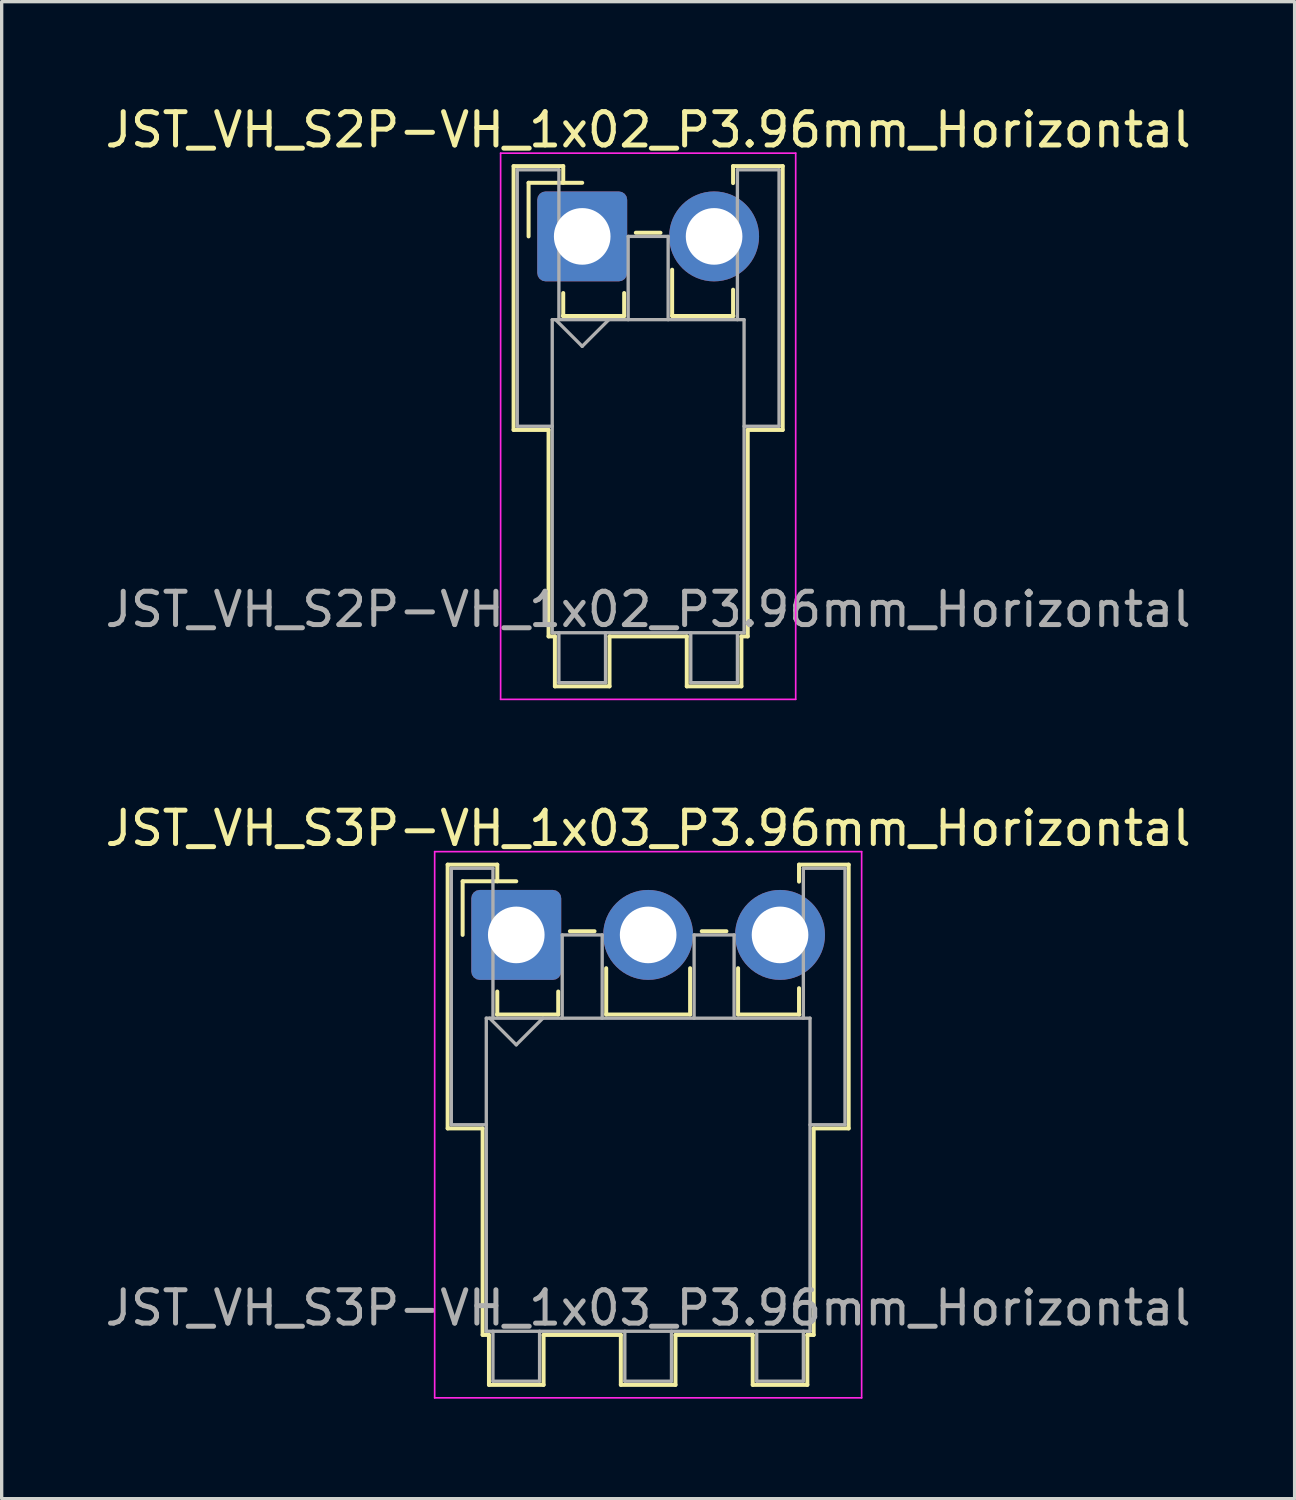
<source format=kicad_pcb>
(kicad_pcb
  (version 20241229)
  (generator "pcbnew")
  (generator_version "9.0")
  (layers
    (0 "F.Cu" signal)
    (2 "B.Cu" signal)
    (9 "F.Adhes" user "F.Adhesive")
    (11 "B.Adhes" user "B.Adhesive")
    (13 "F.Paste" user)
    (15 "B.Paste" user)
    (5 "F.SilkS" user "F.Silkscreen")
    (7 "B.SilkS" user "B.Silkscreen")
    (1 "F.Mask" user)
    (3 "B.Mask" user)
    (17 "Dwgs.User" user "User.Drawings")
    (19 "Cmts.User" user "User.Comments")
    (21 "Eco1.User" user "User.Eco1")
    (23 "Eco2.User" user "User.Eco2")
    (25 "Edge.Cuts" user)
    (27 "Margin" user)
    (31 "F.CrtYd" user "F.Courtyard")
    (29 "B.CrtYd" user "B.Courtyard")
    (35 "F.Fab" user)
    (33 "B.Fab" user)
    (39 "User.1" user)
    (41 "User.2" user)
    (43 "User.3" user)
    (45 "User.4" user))
  (footprint "JST_VH_S2P-VH_1x02_P3.96mm_Horizontal"
    (layer "F.Cu")
    (at 14.431 4.048)
    (property "Reference" "JST_VH_S2P-VH_1x02_P3.96mm_Horizontal" (at 1.98 -3.2 0) (layer "F.SilkS") (effects (font (size 1 1) (thickness 0.15))))
    (attr through_hole)
    (fp_line (start -2.06 -2.11) (end -0.57 -2.11) (stroke (width 0.12) (type solid)) (layer "F.SilkS"))
    (fp_line (start -2.06 5.81) (end -2.06 -2.11) (stroke (width 0.12) (type solid)) (layer "F.SilkS"))
    (fp_line (start -1.61 -1.61) (end -1.61 0) (stroke (width 0.12) (type solid)) (layer "F.SilkS"))
    (fp_line (start -1.01 5.81) (end -2.06 5.81) (stroke (width 0.12) (type solid)) (layer "F.SilkS"))
    (fp_line (start -1.01 5.81) (end -1.01 12.01) (stroke (width 0.12) (type solid)) (layer "F.SilkS"))
    (fp_line (start -1.01 12.01) (end -0.82 12.01) (stroke (width 0.12) (type solid)) (layer "F.SilkS"))
    (fp_line (start -0.82 12.01) (end -0.82 13.51) (stroke (width 0.12) (type solid)) (layer "F.SilkS"))
    (fp_line (start -0.82 13.51) (end 0.82 13.51) (stroke (width 0.12) (type solid)) (layer "F.SilkS"))
    (fp_line (start -0.58 2.39) (end 1.26 2.39) (stroke (width 0.12) (type solid)) (layer "F.SilkS"))
    (fp_line (start -0.57 -2.11) (end -0.57 -1.61) (stroke (width 0.12) (type solid)) (layer "F.SilkS"))
    (fp_line (start -0.57 1.7) (end -0.57 2.39) (stroke (width 0.12) (type solid)) (layer "F.SilkS"))
    (fp_line (start 0 -1.61) (end -1.61 -1.61) (stroke (width 0.12) (type solid)) (layer "F.SilkS"))
    (fp_line (start 0.82 12.01) (end 3.14 12.01) (stroke (width 0.12) (type solid)) (layer "F.SilkS"))
    (fp_line (start 0.82 13.51) (end 0.82 12.01) (stroke (width 0.12) (type solid)) (layer "F.SilkS"))
    (fp_line (start 1.26 2.39) (end 1.26 1.7) (stroke (width 0.12) (type solid)) (layer "F.SilkS"))
    (fp_line (start 1.61 -0.11) (end 2.35 -0.11) (stroke (width 0.12) (type solid)) (layer "F.SilkS"))
    (fp_line (start 2.7 1) (end 2.7 2.39) (stroke (width 0.12) (type solid)) (layer "F.SilkS"))
    (fp_line (start 2.7 2.39) (end 4.54 2.39) (stroke (width 0.12) (type solid)) (layer "F.SilkS"))
    (fp_line (start 3.14 12.01) (end 3.14 13.51) (stroke (width 0.12) (type solid)) (layer "F.SilkS"))
    (fp_line (start 3.14 13.51) (end 4.78 13.51) (stroke (width 0.12) (type solid)) (layer "F.SilkS"))
    (fp_line (start 4.53 -2.11) (end 6.02 -2.11) (stroke (width 0.12) (type solid)) (layer "F.SilkS"))
    (fp_line (start 4.53 -1.6) (end 4.53 -2.11) (stroke (width 0.12) (type solid)) (layer "F.SilkS"))
    (fp_line (start 4.53 2.39) (end 4.53 1.6) (stroke (width 0.12) (type solid)) (layer "F.SilkS"))
    (fp_line (start 4.78 12.01) (end 4.97 12.01) (stroke (width 0.12) (type solid)) (layer "F.SilkS"))
    (fp_line (start 4.78 13.51) (end 4.78 12.01) (stroke (width 0.12) (type solid)) (layer "F.SilkS"))
    (fp_line (start 4.97 12.01) (end 4.97 5.81) (stroke (width 0.12) (type solid)) (layer "F.SilkS"))
    (fp_line (start 6.02 -2.11) (end 6.02 5.81) (stroke (width 0.12) (type solid)) (layer "F.SilkS"))
    (fp_line (start 6.02 5.81) (end 4.97 5.81) (stroke (width 0.12) (type solid)) (layer "F.SilkS"))
    (fp_line (start -2.45 -2.5) (end -2.45 13.9) (stroke (width 0.05) (type solid)) (layer "F.CrtYd"))
    (fp_line (start -2.45 13.9) (end 6.41 13.9) (stroke (width 0.05) (type solid)) (layer "F.CrtYd"))
    (fp_line (start 6.41 -2.5) (end -2.45 -2.5) (stroke (width 0.05) (type solid)) (layer "F.CrtYd"))
    (fp_line (start 6.41 13.9) (end 6.41 -2.5) (stroke (width 0.05) (type solid)) (layer "F.CrtYd"))
    (fp_line (start -1.95 -2) (end -0.7 -2) (stroke (width 0.1) (type solid)) (layer "F.Fab"))
    (fp_line (start -1.95 5.7) (end -1.95 -2) (stroke (width 0.1) (type solid)) (layer "F.Fab"))
    (fp_line (start -0.9 2.5) (end -0.9 11.9) (stroke (width 0.1) (type solid)) (layer "F.Fab"))
    (fp_line (start -0.9 5.7) (end -1.95 5.7) (stroke (width 0.1) (type solid)) (layer "F.Fab"))
    (fp_line (start -0.9 11.9) (end 4.86 11.9) (stroke (width 0.1) (type solid)) (layer "F.Fab"))
    (fp_line (start -0.8 2.5) (end 0 3.3) (stroke (width 0.1) (type solid)) (layer "F.Fab"))
    (fp_line (start -0.7 -2) (end -0.7 2.5) (stroke (width 0.1) (type solid)) (layer "F.Fab"))
    (fp_line (start -0.7 11.9) (end -0.7 13.4) (stroke (width 0.1) (type solid)) (layer "F.Fab"))
    (fp_line (start -0.7 13.4) (end 0.7 13.4) (stroke (width 0.1) (type solid)) (layer "F.Fab"))
    (fp_line (start 0 3.3) (end 0.8 2.5) (stroke (width 0.1) (type solid)) (layer "F.Fab"))
    (fp_line (start 0.7 13.4) (end 0.7 11.9) (stroke (width 0.1) (type solid)) (layer "F.Fab"))
    (fp_line (start 1.38 0) (end 2.58 0) (stroke (width 0.1) (type solid)) (layer "F.Fab"))
    (fp_line (start 1.38 2.5) (end 1.38 0) (stroke (width 0.1) (type solid)) (layer "F.Fab"))
    (fp_line (start 2.58 0) (end 2.58 2.5) (stroke (width 0.1) (type solid)) (layer "F.Fab"))
    (fp_line (start 3.26 11.9) (end 3.26 13.4) (stroke (width 0.1) (type solid)) (layer "F.Fab"))
    (fp_line (start 3.26 13.4) (end 4.66 13.4) (stroke (width 0.1) (type solid)) (layer "F.Fab"))
    (fp_line (start 4.66 -2) (end 5.91 -2) (stroke (width 0.1) (type solid)) (layer "F.Fab"))
    (fp_line (start 4.66 2.5) (end 4.66 -2) (stroke (width 0.1) (type solid)) (layer "F.Fab"))
    (fp_line (start 4.66 13.4) (end 4.66 11.9) (stroke (width 0.1) (type solid)) (layer "F.Fab"))
    (fp_line (start 4.86 2.5) (end -0.9 2.5) (stroke (width 0.1) (type solid)) (layer "F.Fab"))
    (fp_line (start 4.86 11.9) (end 4.86 2.5) (stroke (width 0.1) (type solid)) (layer "F.Fab"))
    (fp_line (start 5.91 -2) (end 5.91 5.7) (stroke (width 0.1) (type solid)) (layer "F.Fab"))
    (fp_line (start 5.91 5.7) (end 4.86 5.7) (stroke (width 0.1) (type solid)) (layer "F.Fab"))
    (fp_text user "${REFERENCE}" (at 1.98 11.2 0) (layer "F.Fab") (effects (font (size 1 1) (thickness 0.15))))
    (pad "1" thru_hole roundrect (at 0 0) (size 2.7 2.7) (drill 1.7) (layers "*.Cu" "*.Mask") (roundrect_rratio 0.093))
    (pad "2" thru_hole circle (at 3.96 0) (size 2.7 2.7) (drill 1.7) (layers "*.Cu" "*.Mask")))
  (footprint "JST_VH_S3P-VH_1x03_P3.96mm_Horizontal"
    (layer "F.Cu")
    (at 12.451 25.021)
    (property "Reference" "JST_VH_S3P-VH_1x03_P3.96mm_Horizontal" (at 3.96 -3.2 0) (layer "F.SilkS") (effects (font (size 1 1) (thickness 0.15))))
    (attr through_hole)
    (fp_line (start -2.06 -2.11) (end -0.57 -2.11) (stroke (width 0.12) (type solid)) (layer "F.SilkS"))
    (fp_line (start -2.06 5.81) (end -2.06 -2.11) (stroke (width 0.12) (type solid)) (layer "F.SilkS"))
    (fp_line (start -1.61 -1.61) (end -1.61 0) (stroke (width 0.12) (type solid)) (layer "F.SilkS"))
    (fp_line (start -1.01 5.81) (end -2.06 5.81) (stroke (width 0.12) (type solid)) (layer "F.SilkS"))
    (fp_line (start -1.01 5.81) (end -1.01 12.01) (stroke (width 0.12) (type solid)) (layer "F.SilkS"))
    (fp_line (start -1.01 12.01) (end -0.82 12.01) (stroke (width 0.12) (type solid)) (layer "F.SilkS"))
    (fp_line (start -0.82 12.01) (end -0.82 13.51) (stroke (width 0.12) (type solid)) (layer "F.SilkS"))
    (fp_line (start -0.82 13.51) (end 0.82 13.51) (stroke (width 0.12) (type solid)) (layer "F.SilkS"))
    (fp_line (start -0.58 2.39) (end 1.26 2.39) (stroke (width 0.12) (type solid)) (layer "F.SilkS"))
    (fp_line (start -0.57 -2.11) (end -0.57 -1.61) (stroke (width 0.12) (type solid)) (layer "F.SilkS"))
    (fp_line (start -0.57 1.7) (end -0.57 2.39) (stroke (width 0.12) (type solid)) (layer "F.SilkS"))
    (fp_line (start 0 -1.61) (end -1.61 -1.61) (stroke (width 0.12) (type solid)) (layer "F.SilkS"))
    (fp_line (start 0.82 12.01) (end 3.14 12.01) (stroke (width 0.12) (type solid)) (layer "F.SilkS"))
    (fp_line (start 0.82 13.51) (end 0.82 12.01) (stroke (width 0.12) (type solid)) (layer "F.SilkS"))
    (fp_line (start 1.26 2.39) (end 1.26 1.7) (stroke (width 0.12) (type solid)) (layer "F.SilkS"))
    (fp_line (start 1.61 -0.11) (end 2.35 -0.11) (stroke (width 0.12) (type solid)) (layer "F.SilkS"))
    (fp_line (start 2.7 1) (end 2.7 2.39) (stroke (width 0.12) (type solid)) (layer "F.SilkS"))
    (fp_line (start 2.7 2.39) (end 5.22 2.39) (stroke (width 0.12) (type solid)) (layer "F.SilkS"))
    (fp_line (start 3.14 12.01) (end 3.14 13.51) (stroke (width 0.12) (type solid)) (layer "F.SilkS"))
    (fp_line (start 3.14 13.51) (end 4.78 13.51) (stroke (width 0.12) (type solid)) (layer "F.SilkS"))
    (fp_line (start 4.78 12.01) (end 7.1 12.01) (stroke (width 0.12) (type solid)) (layer "F.SilkS"))
    (fp_line (start 4.78 13.51) (end 4.78 12.01) (stroke (width 0.12) (type solid)) (layer "F.SilkS"))
    (fp_line (start 5.22 2.39) (end 5.22 1) (stroke (width 0.12) (type solid)) (layer "F.SilkS"))
    (fp_line (start 5.57 -0.11) (end 6.31 -0.11) (stroke (width 0.12) (type solid)) (layer "F.SilkS"))
    (fp_line (start 6.66 1) (end 6.66 2.39) (stroke (width 0.12) (type solid)) (layer "F.SilkS"))
    (fp_line (start 6.66 2.39) (end 8.5 2.39) (stroke (width 0.12) (type solid)) (layer "F.SilkS"))
    (fp_line (start 7.1 12.01) (end 7.1 13.51) (stroke (width 0.12) (type solid)) (layer "F.SilkS"))
    (fp_line (start 7.1 13.51) (end 8.74 13.51) (stroke (width 0.12) (type solid)) (layer "F.SilkS"))
    (fp_line (start 8.49 -2.11) (end 9.98 -2.11) (stroke (width 0.12) (type solid)) (layer "F.SilkS"))
    (fp_line (start 8.49 -1.6) (end 8.49 -2.11) (stroke (width 0.12) (type solid)) (layer "F.SilkS"))
    (fp_line (start 8.49 2.39) (end 8.49 1.6) (stroke (width 0.12) (type solid)) (layer "F.SilkS"))
    (fp_line (start 8.74 12.01) (end 8.93 12.01) (stroke (width 0.12) (type solid)) (layer "F.SilkS"))
    (fp_line (start 8.74 13.51) (end 8.74 12.01) (stroke (width 0.12) (type solid)) (layer "F.SilkS"))
    (fp_line (start 8.93 12.01) (end 8.93 5.81) (stroke (width 0.12) (type solid)) (layer "F.SilkS"))
    (fp_line (start 9.98 -2.11) (end 9.98 5.81) (stroke (width 0.12) (type solid)) (layer "F.SilkS"))
    (fp_line (start 9.98 5.81) (end 8.93 5.81) (stroke (width 0.12) (type solid)) (layer "F.SilkS"))
    (fp_line (start -2.45 -2.5) (end -2.45 13.9) (stroke (width 0.05) (type solid)) (layer "F.CrtYd"))
    (fp_line (start -2.45 13.9) (end 10.37 13.9) (stroke (width 0.05) (type solid)) (layer "F.CrtYd"))
    (fp_line (start 10.37 -2.5) (end -2.45 -2.5) (stroke (width 0.05) (type solid)) (layer "F.CrtYd"))
    (fp_line (start 10.37 13.9) (end 10.37 -2.5) (stroke (width 0.05) (type solid)) (layer "F.CrtYd"))
    (fp_line (start -1.95 -2) (end -0.7 -2) (stroke (width 0.1) (type solid)) (layer "F.Fab"))
    (fp_line (start -1.95 5.7) (end -1.95 -2) (stroke (width 0.1) (type solid)) (layer "F.Fab"))
    (fp_line (start -0.9 2.5) (end -0.9 11.9) (stroke (width 0.1) (type solid)) (layer "F.Fab"))
    (fp_line (start -0.9 5.7) (end -1.95 5.7) (stroke (width 0.1) (type solid)) (layer "F.Fab"))
    (fp_line (start -0.9 11.9) (end 8.82 11.9) (stroke (width 0.1) (type solid)) (layer "F.Fab"))
    (fp_line (start -0.8 2.5) (end 0 3.3) (stroke (width 0.1) (type solid)) (layer "F.Fab"))
    (fp_line (start -0.7 -2) (end -0.7 2.5) (stroke (width 0.1) (type solid)) (layer "F.Fab"))
    (fp_line (start -0.7 11.9) (end -0.7 13.4) (stroke (width 0.1) (type solid)) (layer "F.Fab"))
    (fp_line (start -0.7 13.4) (end 0.7 13.4) (stroke (width 0.1) (type solid)) (layer "F.Fab"))
    (fp_line (start 0 3.3) (end 0.8 2.5) (stroke (width 0.1) (type solid)) (layer "F.Fab"))
    (fp_line (start 0.7 13.4) (end 0.7 11.9) (stroke (width 0.1) (type solid)) (layer "F.Fab"))
    (fp_line (start 1.38 0) (end 2.58 0) (stroke (width 0.1) (type solid)) (layer "F.Fab"))
    (fp_line (start 1.38 2.5) (end 1.38 0) (stroke (width 0.1) (type solid)) (layer "F.Fab"))
    (fp_line (start 2.58 0) (end 2.58 2.5) (stroke (width 0.1) (type solid)) (layer "F.Fab"))
    (fp_line (start 3.26 11.9) (end 3.26 13.4) (stroke (width 0.1) (type solid)) (layer "F.Fab"))
    (fp_line (start 3.26 13.4) (end 4.66 13.4) (stroke (width 0.1) (type solid)) (layer "F.Fab"))
    (fp_line (start 4.66 13.4) (end 4.66 11.9) (stroke (width 0.1) (type solid)) (layer "F.Fab"))
    (fp_line (start 5.34 0) (end 6.54 0) (stroke (width 0.1) (type solid)) (layer "F.Fab"))
    (fp_line (start 5.34 2.5) (end 5.34 0) (stroke (width 0.1) (type solid)) (layer "F.Fab"))
    (fp_line (start 6.54 0) (end 6.54 2.5) (stroke (width 0.1) (type solid)) (layer "F.Fab"))
    (fp_line (start 7.22 11.9) (end 7.22 13.4) (stroke (width 0.1) (type solid)) (layer "F.Fab"))
    (fp_line (start 7.22 13.4) (end 8.62 13.4) (stroke (width 0.1) (type solid)) (layer "F.Fab"))
    (fp_line (start 8.62 -2) (end 9.87 -2) (stroke (width 0.1) (type solid)) (layer "F.Fab"))
    (fp_line (start 8.62 2.5) (end 8.62 -2) (stroke (width 0.1) (type solid)) (layer "F.Fab"))
    (fp_line (start 8.62 13.4) (end 8.62 11.9) (stroke (width 0.1) (type solid)) (layer "F.Fab"))
    (fp_line (start 8.82 2.5) (end -0.9 2.5) (stroke (width 0.1) (type solid)) (layer "F.Fab"))
    (fp_line (start 8.82 11.9) (end 8.82 2.5) (stroke (width 0.1) (type solid)) (layer "F.Fab"))
    (fp_line (start 9.87 -2) (end 9.87 5.7) (stroke (width 0.1) (type solid)) (layer "F.Fab"))
    (fp_line (start 9.87 5.7) (end 8.82 5.7) (stroke (width 0.1) (type solid)) (layer "F.Fab"))
    (fp_text user "${REFERENCE}" (at 3.96 11.2 0) (layer "F.Fab") (effects (font (size 1 1) (thickness 0.15))))
    (pad "1" thru_hole roundrect (at 0 0) (size 2.7 2.7) (drill 1.7) (layers "*.Cu" "*.Mask") (roundrect_rratio 0.093))
    (pad "2" thru_hole circle (at 3.96 0) (size 2.7 2.7) (drill 1.7) (layers "*.Cu" "*.Mask"))
    (pad "3" thru_hole circle (at 7.92 0) (size 2.7 2.7) (drill 1.7) (layers "*.Cu" "*.Mask")))
  (gr_rect
    (start -3 -3)
    (end 35.821 41.947)
    (stroke (width 0.1) (type default))
    (fill no)
    (layer "Edge.Cuts")))
</source>
